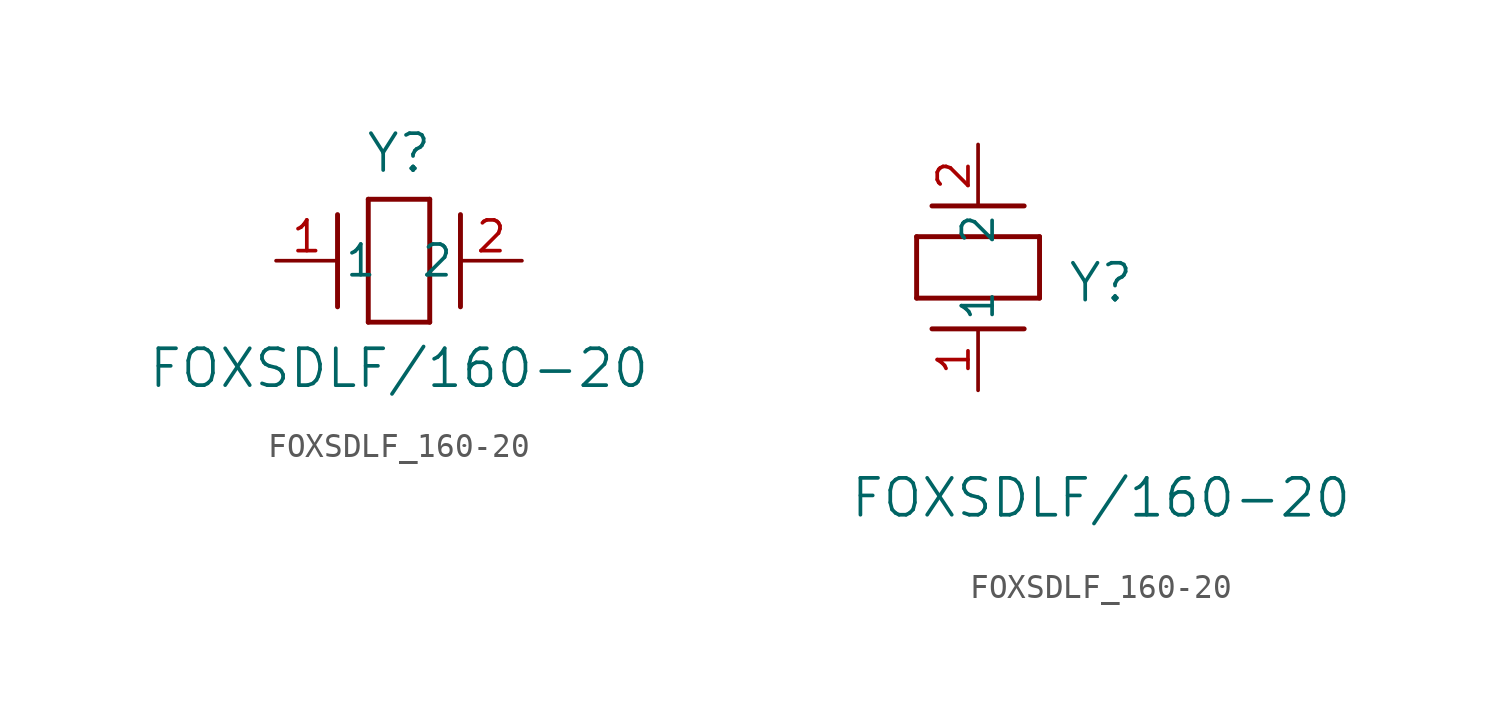
<source format=kicad_sym>
(kicad_symbol_lib
  (version 20211014)
  (generator kicad_symbol_editor)
  (symbol "FOXSDLF_160-20"
    (pin_names
      (offset 0.254))
    (property "Reference" "Y"
      (at 5.08 4.445 0)
      (effects (font (size 1.524 1.524))))
    (property "Value" "FOXSDLF/160-20"
      (at 5.08 -4.445 0)
      (effects (font (size 1.524 1.524))))
    (symbol "FOXSDLF_160-20_1_1"
      (polyline (pts (xy 2.54 -1.905) (xy 2.54 1.905)) (stroke (width 0.203) (type default) (color 0 0 0 0)) (fill (type none)))
      (polyline (pts (xy 6.35 2.54) (xy 6.35 -2.54)) (stroke (width 0.203) (type default) (color 0 0 0 0)) (fill (type none)))
      (polyline (pts (xy 7.62 -1.905) (xy 7.62 1.905)) (stroke (width 0.203) (type default) (color 0 0 0 0)) (fill (type none)))
      (polyline (pts (xy 6.35 -2.54) (xy 3.81 -2.54)) (stroke (width 0.203) (type default) (color 0 0 0 0)) (fill (type none)))
      (polyline (pts (xy 3.81 2.54) (xy 6.35 2.54)) (stroke (width 0.203) (type default) (color 0 0 0 0)) (fill (type none)))
      (polyline (pts (xy 3.81 -2.54) (xy 3.81 2.54)) (stroke (width 0.203) (type default) (color 0 0 0 0)) (fill (type none)))
      (pin unspecified line (at 10.16 0 180) (length 2.54) (name "2" (effects (font (size 1.27 1.27)))) (number "2" (effects (font (size 1.27 1.27)))))
      (pin unspecified line (at 0 0 0) (length 2.54) (name "1" (effects (font (size 1.27 1.27)))) (number "1" (effects (font (size 1.27 1.27))))))
    (symbol "FOXSDLF_160-20_1_2"
      (polyline (pts (xy 1.905 7.62) (xy -1.905 7.62)) (stroke (width 0.203) (type default) (color 0 0 0 0)) (fill (type none)))
      (polyline (pts (xy -2.54 3.81) (xy -2.54 6.35)) (stroke (width 0.203) (type default) (color 0 0 0 0)) (fill (type none)))
      (polyline (pts (xy 1.905 2.54) (xy -1.905 2.54)) (stroke (width 0.203) (type default) (color 0 0 0 0)) (fill (type none)))
      (polyline (pts (xy 2.54 6.35) (xy 2.54 3.81)) (stroke (width 0.203) (type default) (color 0 0 0 0)) (fill (type none)))
      (polyline (pts (xy -2.54 6.35) (xy 2.54 6.35)) (stroke (width 0.203) (type default) (color 0 0 0 0)) (fill (type none)))
      (polyline (pts (xy 2.54 3.81) (xy -2.54 3.81)) (stroke (width 0.203) (type default) (color 0 0 0 0)) (fill (type none)))
      (pin unspecified line (at 0 10.16 270) (length 2.54) (name "2" (effects (font (size 1.27 1.27)))) (number "2" (effects (font (size 1.27 1.27)))))
      (pin unspecified line (at 0 0 90) (length 2.54) (name "1" (effects (font (size 1.27 1.27)))) (number "1" (effects (font (size 1.27 1.27))))))))
</source>
